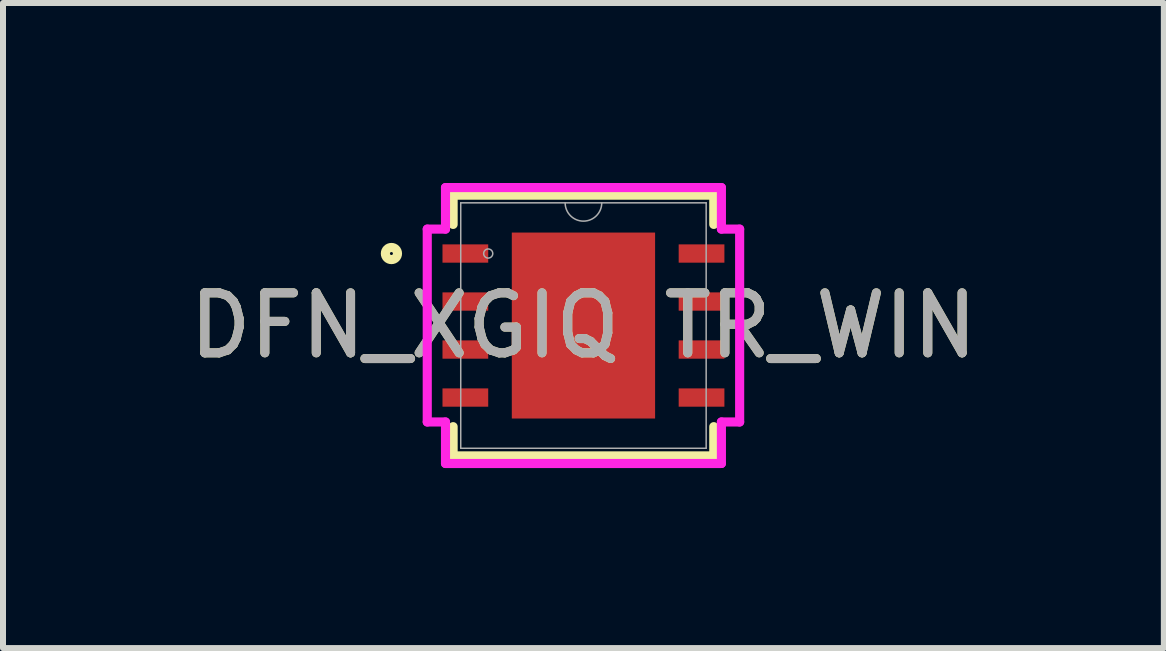
<source format=kicad_pcb>
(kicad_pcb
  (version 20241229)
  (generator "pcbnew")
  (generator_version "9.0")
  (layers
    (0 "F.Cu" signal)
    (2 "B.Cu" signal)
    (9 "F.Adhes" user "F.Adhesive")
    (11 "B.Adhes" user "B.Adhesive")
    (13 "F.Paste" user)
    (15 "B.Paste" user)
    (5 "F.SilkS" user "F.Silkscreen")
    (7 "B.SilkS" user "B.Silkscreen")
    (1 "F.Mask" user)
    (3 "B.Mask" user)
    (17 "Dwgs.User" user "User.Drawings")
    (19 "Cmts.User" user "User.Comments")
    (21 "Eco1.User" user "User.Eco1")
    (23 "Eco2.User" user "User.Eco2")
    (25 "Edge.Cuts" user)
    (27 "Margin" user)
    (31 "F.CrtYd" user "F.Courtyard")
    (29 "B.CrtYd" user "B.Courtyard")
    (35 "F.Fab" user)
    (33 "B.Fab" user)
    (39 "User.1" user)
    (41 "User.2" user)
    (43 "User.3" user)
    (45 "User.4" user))
  (footprint "DFN_XGIQ TR_WIN"
    (layer "F.Cu")
    (at 6.673 2.375)
    (property "Reference" "DFN_XGIQ TR_WIN" (at 0 0 0) (unlocked yes) (layer "F.SilkS") (effects (font (size 1 1) (thickness 0.15))))
    (attr smd)
    (fp_line (start -2.172 -2.172) (end -2.172 -1.685) (stroke (width 0.152) (type solid)) (layer "F.SilkS"))
    (fp_line (start -2.172 1.685) (end -2.172 2.172) (stroke (width 0.152) (type solid)) (layer "F.SilkS"))
    (fp_line (start -2.172 2.172) (end 2.172 2.172) (stroke (width 0.152) (type solid)) (layer "F.SilkS"))
    (fp_line (start 2.172 -2.172) (end -2.172 -2.172) (stroke (width 0.152) (type solid)) (layer "F.SilkS"))
    (fp_line (start 2.172 -1.685) (end 2.172 -2.172) (stroke (width 0.152) (type solid)) (layer "F.SilkS"))
    (fp_line (start 2.172 2.172) (end 2.172 1.685) (stroke (width 0.152) (type solid)) (layer "F.SilkS"))
    (fp_circle (center -3.2 -1.2) (end -3.099 -1.2) (stroke (width 0.152) (type solid)) (fill no) (layer "F.SilkS"))
    (fp_poly (pts (xy -1.094 -1.449) (xy -1.094 -0.1) (xy 1.094 -0.1) (xy 1.094 -1.449)) (stroke (width 0) (type solid)) (fill yes) (layer "F.Paste"))
    (fp_poly (pts (xy -1.094 0.1) (xy -1.094 1.449) (xy 1.094 1.449) (xy 1.094 0.1)) (stroke (width 0) (type solid)) (fill yes) (layer "F.Paste"))
    (fp_line (start -2.603 -1.607) (end -2.299 -1.607) (stroke (width 0.152) (type solid)) (layer "F.CrtYd"))
    (fp_line (start -2.603 1.607) (end -2.603 -1.607) (stroke (width 0.152) (type solid)) (layer "F.CrtYd"))
    (fp_line (start -2.603 1.607) (end -2.299 1.607) (stroke (width 0.152) (type solid)) (layer "F.CrtYd"))
    (fp_line (start -2.299 -2.299) (end 2.299 -2.299) (stroke (width 0.152) (type solid)) (layer "F.CrtYd"))
    (fp_line (start -2.299 -1.607) (end -2.299 -2.299) (stroke (width 0.152) (type solid)) (layer "F.CrtYd"))
    (fp_line (start -2.299 2.299) (end -2.299 1.607) (stroke (width 0.152) (type solid)) (layer "F.CrtYd"))
    (fp_line (start 2.299 -2.299) (end 2.299 -1.607) (stroke (width 0.152) (type solid)) (layer "F.CrtYd"))
    (fp_line (start 2.299 1.607) (end 2.299 2.299) (stroke (width 0.152) (type solid)) (layer "F.CrtYd"))
    (fp_line (start 2.299 2.299) (end -2.299 2.299) (stroke (width 0.152) (type solid)) (layer "F.CrtYd"))
    (fp_line (start 2.603 -1.607) (end 2.299 -1.607) (stroke (width 0.152) (type solid)) (layer "F.CrtYd"))
    (fp_line (start 2.603 -1.607) (end 2.603 1.607) (stroke (width 0.152) (type solid)) (layer "F.CrtYd"))
    (fp_line (start 2.603 1.607) (end 2.299 1.607) (stroke (width 0.152) (type solid)) (layer "F.CrtYd"))
    (fp_line (start -2.045 -2.045) (end -2.045 2.045) (stroke (width 0.025) (type solid)) (layer "F.Fab"))
    (fp_line (start -2.045 2.045) (end 2.045 2.045) (stroke (width 0.025) (type solid)) (layer "F.Fab"))
    (fp_line (start 2.045 -2.045) (end -2.045 -2.045) (stroke (width 0.025) (type solid)) (layer "F.Fab"))
    (fp_line (start 2.045 2.045) (end 2.045 -2.045) (stroke (width 0.025) (type solid)) (layer "F.Fab"))
    (fp_arc (start 0.3048 -2.0447) (mid 0 -1.7399) (end -0.3048 -2.0447) (stroke (width 0.0254) (type solid)) (layer "F.Fab"))
    (fp_circle (center -1.587 -1.2) (end -1.511 -1.2) (stroke (width 0.025) (type solid)) (fill no) (layer "F.Fab"))
    (fp_text user "${REFERENCE}" (at 0 0 0) (unlocked yes) (layer "F.Fab") (effects (font (size 1 1) (thickness 0.15))))
    (pad "1" smd rect (at -1.968 -1.2) (size 0.762 0.305) (layers "F.Cu" "F.Mask" "F.Paste"))
    (pad "2" smd rect (at -1.968 -0.4) (size 0.762 0.305) (layers "F.Cu" "F.Mask" "F.Paste"))
    (pad "3" smd rect (at -1.968 0.4) (size 0.762 0.305) (layers "F.Cu" "F.Mask" "F.Paste"))
    (pad "4" smd rect (at -1.968 1.2) (size 0.762 0.305) (layers "F.Cu" "F.Mask" "F.Paste"))
    (pad "4" smd rect (at 0 0) (size 2.388 3.099) (layers "F.Cu" "F.Mask" "F.Paste"))
    (pad "5" smd rect (at 1.968 1.2) (size 0.762 0.305) (layers "F.Cu" "F.Mask" "F.Paste"))
    (pad "6" smd rect (at 1.968 0.4) (size 0.762 0.305) (layers "F.Cu" "F.Mask" "F.Paste"))
    (pad "7" smd rect (at 1.968 -0.4) (size 0.762 0.305) (layers "F.Cu" "F.Mask" "F.Paste"))
    (pad "8" smd rect (at 1.968 -1.2) (size 0.762 0.305) (layers "F.Cu" "F.Mask" "F.Paste")))
  (gr_rect
    (start -3 -3)
    (end 16.345 7.75)
    (stroke (width 0.1) (type default))
    (fill no)
    (layer "Edge.Cuts")))
</source>
